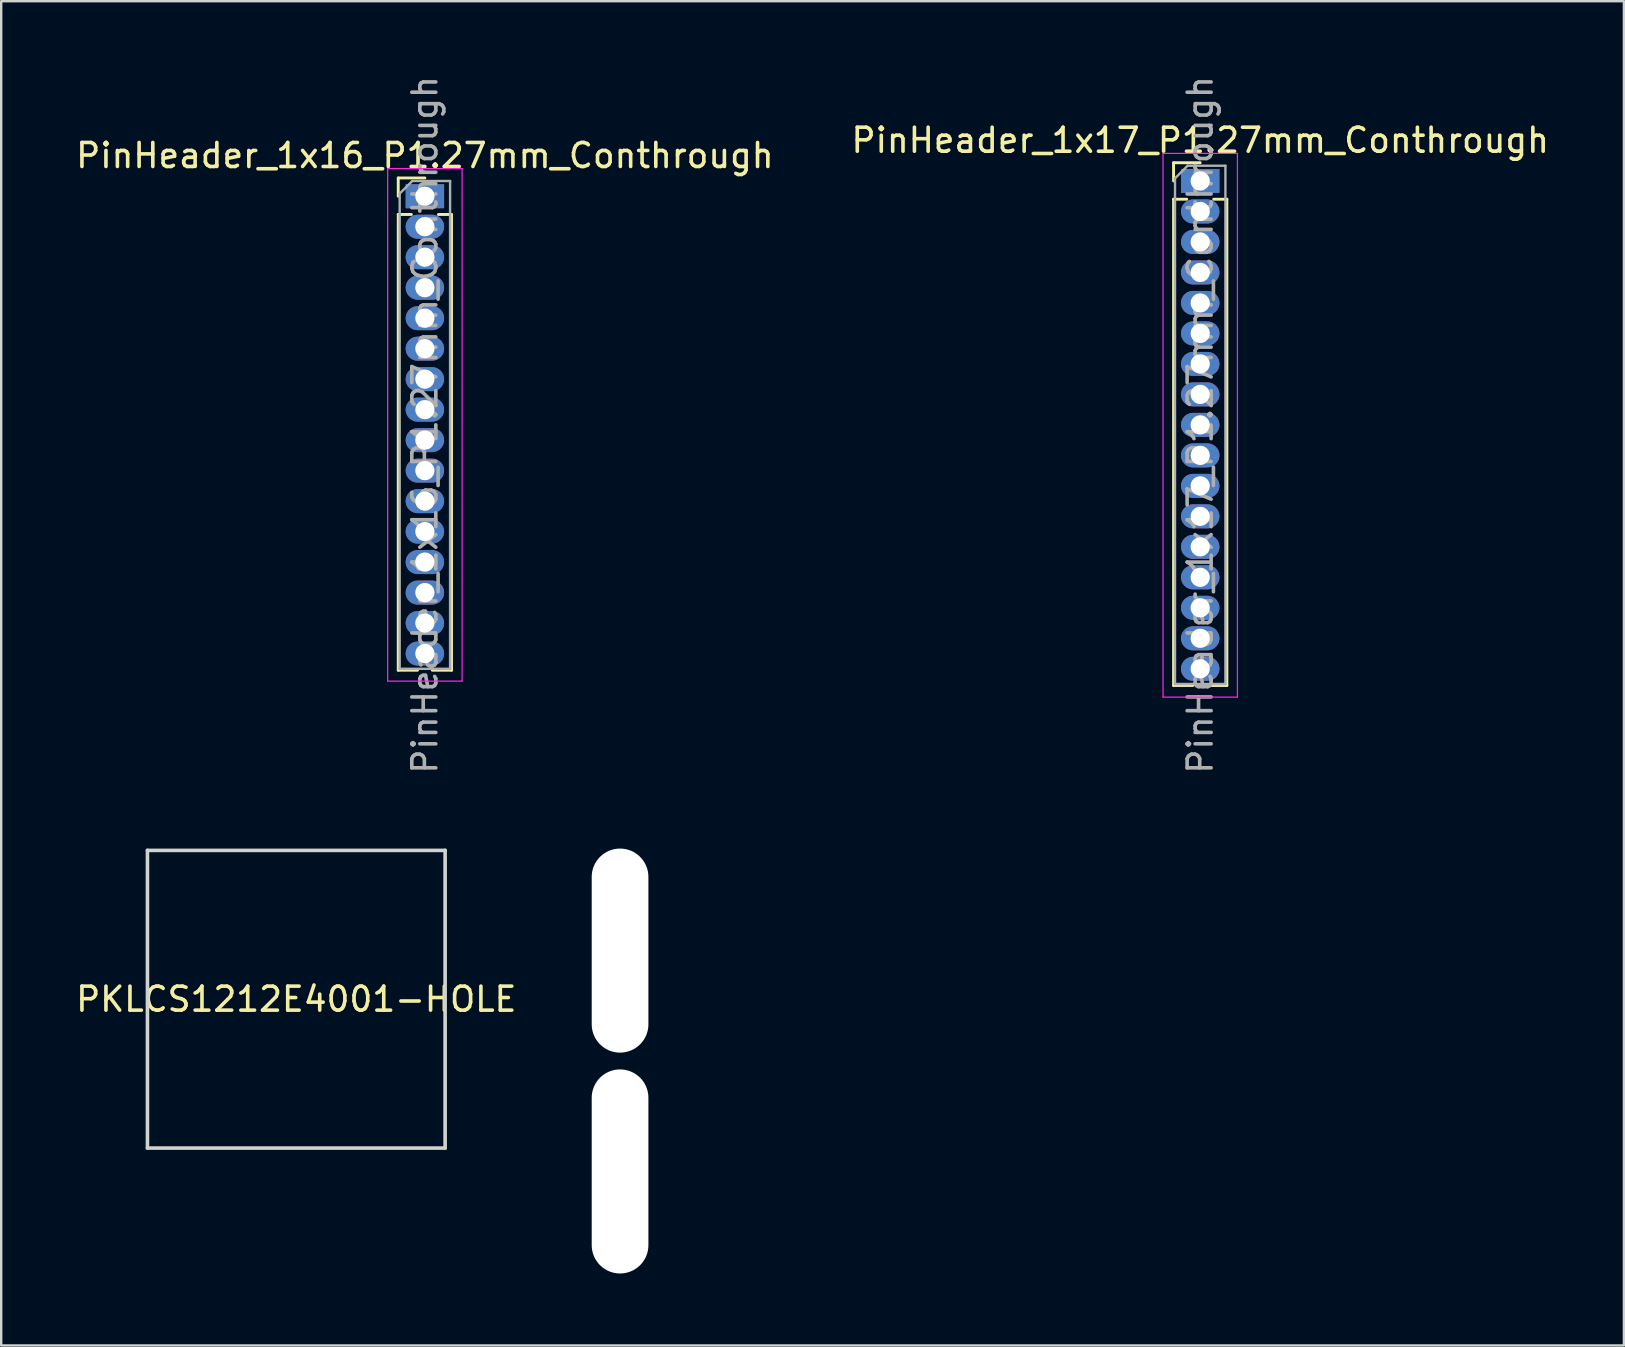
<source format=kicad_pcb>
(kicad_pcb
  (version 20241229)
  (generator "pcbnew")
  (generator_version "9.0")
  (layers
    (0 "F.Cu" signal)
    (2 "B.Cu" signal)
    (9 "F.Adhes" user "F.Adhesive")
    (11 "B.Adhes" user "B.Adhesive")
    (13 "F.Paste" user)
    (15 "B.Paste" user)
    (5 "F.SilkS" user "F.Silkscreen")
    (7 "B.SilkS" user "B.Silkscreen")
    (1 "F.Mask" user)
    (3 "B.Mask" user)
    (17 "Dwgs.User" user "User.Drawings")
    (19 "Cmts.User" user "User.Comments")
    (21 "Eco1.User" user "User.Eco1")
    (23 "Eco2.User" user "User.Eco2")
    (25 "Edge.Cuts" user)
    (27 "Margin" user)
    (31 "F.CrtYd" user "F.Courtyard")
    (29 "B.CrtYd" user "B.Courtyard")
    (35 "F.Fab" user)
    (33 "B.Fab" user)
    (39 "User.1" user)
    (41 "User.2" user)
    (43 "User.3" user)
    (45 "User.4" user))
  (footprint "PKLCS1212E4001-HOLE"
    (layer "F.Cu")
    (at 9.292 38.573)
    (property "Reference" "PKLCS1212E4001-HOLE" (at 0 0 0) (layer "F.SilkS") (effects (font (size 1 1) (thickness 0.15))))
    (attr through_hole)
    (fp_line (start -6.2 -6.2) (end 6.2 -6.2) (stroke (width 0.15) (type solid)) (layer "Edge.Cuts"))
    (fp_line (start -6.2 6.2) (end -6.2 -6.2) (stroke (width 0.15) (type solid)) (layer "Edge.Cuts"))
    (fp_line (start 6.2 -6.2) (end 6.2 6.2) (stroke (width 0.15) (type solid)) (layer "Edge.Cuts"))
    (fp_line (start 6.2 6.2) (end -6.2 6.2) (stroke (width 0.15) (type solid)) (layer "Edge.Cuts")))
  (footprint "PinHeader_1x16_P1.27mm_Conthrough"
    (layer "F.Cu")
    (at 14.649 5.124)
    (property "Reference" "PinHeader_1x16_P1.27mm_Conthrough" (at 0 -1.695 0) (layer "F.SilkS") (effects (font (size 1 1) (thickness 0.15))))
    (attr through_hole)
    (fp_line (start -1.11 -0.76) (end 0 -0.76) (stroke (width 0.12) (type solid)) (layer "F.SilkS"))
    (fp_line (start -1.11 0) (end -1.11 -0.76) (stroke (width 0.12) (type solid)) (layer "F.SilkS"))
    (fp_line (start -1.11 0.76) (end -1.11 19.745) (stroke (width 0.12) (type solid)) (layer "F.SilkS"))
    (fp_line (start -1.11 0.76) (end -0.563 0.76) (stroke (width 0.12) (type solid)) (layer "F.SilkS"))
    (fp_line (start -1.11 19.745) (end -0.308 19.745) (stroke (width 0.12) (type solid)) (layer "F.SilkS"))
    (fp_line (start 0.308 19.745) (end 1.11 19.745) (stroke (width 0.12) (type solid)) (layer "F.SilkS"))
    (fp_line (start 0.563 0.76) (end 1.11 0.76) (stroke (width 0.12) (type solid)) (layer "F.SilkS"))
    (fp_line (start 1.11 0.76) (end 1.11 19.745) (stroke (width 0.12) (type solid)) (layer "F.SilkS"))
    (fp_line (start -1.55 -1.15) (end -1.55 20.2) (stroke (width 0.05) (type solid)) (layer "F.CrtYd"))
    (fp_line (start -1.55 20.2) (end 1.55 20.2) (stroke (width 0.05) (type solid)) (layer "F.CrtYd"))
    (fp_line (start 1.55 -1.15) (end -1.55 -1.15) (stroke (width 0.05) (type solid)) (layer "F.CrtYd"))
    (fp_line (start 1.55 20.2) (end 1.55 -1.15) (stroke (width 0.05) (type solid)) (layer "F.CrtYd"))
    (fp_line (start -1.05 -0.11) (end -0.525 -0.635) (stroke (width 0.1) (type solid)) (layer "F.Fab"))
    (fp_line (start -1.05 19.685) (end -1.05 -0.11) (stroke (width 0.1) (type solid)) (layer "F.Fab"))
    (fp_line (start -0.525 -0.635) (end 1.05 -0.635) (stroke (width 0.1) (type solid)) (layer "F.Fab"))
    (fp_line (start 1.05 -0.635) (end 1.05 19.685) (stroke (width 0.1) (type solid)) (layer "F.Fab"))
    (fp_line (start 1.05 19.685) (end -1.05 19.685) (stroke (width 0.1) (type solid)) (layer "F.Fab"))
    (fp_text user "${REFERENCE}" (at 0 9.525 90) (layer "F.Fab") (effects (font (size 1 1) (thickness 0.15))))
    (pad "1" thru_hole rect (at 0 0) (size 1.6 1) (drill 0.8) (layers "*.Cu" "*.Mask"))
    (pad "2" thru_hole oval (at 0 1.27) (size 1.6 1) (drill 0.8) (layers "*.Cu" "*.Mask"))
    (pad "3" thru_hole oval (at 0 2.54) (size 1.6 1) (drill 0.8) (layers "*.Cu" "*.Mask"))
    (pad "4" thru_hole oval (at 0 3.81) (size 1.6 1) (drill 0.8) (layers "*.Cu" "*.Mask"))
    (pad "5" thru_hole oval (at 0 5.08) (size 1.6 1) (drill 0.8) (layers "*.Cu" "*.Mask"))
    (pad "6" thru_hole oval (at 0 6.35) (size 1.6 1) (drill 0.8) (layers "*.Cu" "*.Mask"))
    (pad "7" thru_hole oval (at 0 7.62) (size 1.6 1) (drill 0.8) (layers "*.Cu" "*.Mask"))
    (pad "8" thru_hole oval (at 0 8.89) (size 1.6 1) (drill 0.8) (layers "*.Cu" "*.Mask"))
    (pad "9" thru_hole oval (at 0 10.16) (size 1.6 1) (drill 0.8) (layers "*.Cu" "*.Mask"))
    (pad "10" thru_hole oval (at 0 11.43) (size 1.6 1) (drill 0.8) (layers "*.Cu" "*.Mask"))
    (pad "11" thru_hole oval (at 0 12.7) (size 1.6 1) (drill 0.8) (layers "*.Cu" "*.Mask"))
    (pad "12" thru_hole oval (at 0 13.97) (size 1.6 1) (drill 0.8) (layers "*.Cu" "*.Mask"))
    (pad "13" thru_hole oval (at 0 15.24) (size 1.6 1) (drill 0.8) (layers "*.Cu" "*.Mask"))
    (pad "14" thru_hole oval (at 0 16.51) (size 1.6 1) (drill 0.8) (layers "*.Cu" "*.Mask"))
    (pad "15" thru_hole oval (at 0 17.78) (size 1.6 1) (drill 0.8) (layers "*.Cu" "*.Mask"))
    (pad "16" thru_hole oval (at 0 19.05) (size 1.6 1) (drill 0.8) (layers "*.Cu" "*.Mask")))
  (footprint "SEP_HOLE"
    (layer "F.Cu")
    (at 22.779 41.148)
    (property "Reference" "SEP_HOLE" (at 0 -2 0) (layer "Eco2.User") (effects (font (size 0.3 0.3) (thickness 0.075))))
    (attr through_hole)
    (pad "" np_thru_hole oval (at 0 -4.6) (size 2.362 8.5) (drill oval 2.362 8.5) (layers "*.Cu" "*.Mask"))
    (pad "" np_thru_hole oval (at 0 4.6) (size 2.362 8.5) (drill oval 2.362 8.5) (layers "*.Cu" "*.Mask")))
  (footprint "PinHeader_1x17_P1.27mm_Conthrough"
    (layer "F.Cu")
    (at 46.946 4.489)
    (property "Reference" "PinHeader_1x17_P1.27mm_Conthrough" (at 0 -1.695 0) (layer "F.SilkS") (effects (font (size 1 1) (thickness 0.15))))
    (attr through_hole)
    (fp_line (start -1.11 -0.76) (end 0 -0.76) (stroke (width 0.12) (type solid)) (layer "F.SilkS"))
    (fp_line (start -1.11 0) (end -1.11 -0.76) (stroke (width 0.12) (type solid)) (layer "F.SilkS"))
    (fp_line (start -1.11 0.76) (end -1.11 21.015) (stroke (width 0.12) (type solid)) (layer "F.SilkS"))
    (fp_line (start -1.11 0.76) (end -0.563 0.76) (stroke (width 0.12) (type solid)) (layer "F.SilkS"))
    (fp_line (start -1.11 21.015) (end -0.308 21.015) (stroke (width 0.12) (type solid)) (layer "F.SilkS"))
    (fp_line (start 0.308 21.015) (end 1.11 21.015) (stroke (width 0.12) (type solid)) (layer "F.SilkS"))
    (fp_line (start 0.563 0.76) (end 1.11 0.76) (stroke (width 0.12) (type solid)) (layer "F.SilkS"))
    (fp_line (start 1.11 0.76) (end 1.11 21.015) (stroke (width 0.12) (type solid)) (layer "F.SilkS"))
    (fp_line (start -1.55 -1.15) (end -1.55 21.5) (stroke (width 0.05) (type solid)) (layer "F.CrtYd"))
    (fp_line (start -1.55 21.5) (end 1.55 21.5) (stroke (width 0.05) (type solid)) (layer "F.CrtYd"))
    (fp_line (start 1.55 -1.15) (end -1.55 -1.15) (stroke (width 0.05) (type solid)) (layer "F.CrtYd"))
    (fp_line (start 1.55 21.5) (end 1.55 -1.15) (stroke (width 0.05) (type solid)) (layer "F.CrtYd"))
    (fp_line (start -1.05 -0.11) (end -0.525 -0.635) (stroke (width 0.1) (type solid)) (layer "F.Fab"))
    (fp_line (start -1.05 20.955) (end -1.05 -0.11) (stroke (width 0.1) (type solid)) (layer "F.Fab"))
    (fp_line (start -0.525 -0.635) (end 1.05 -0.635) (stroke (width 0.1) (type solid)) (layer "F.Fab"))
    (fp_line (start 1.05 -0.635) (end 1.05 20.955) (stroke (width 0.1) (type solid)) (layer "F.Fab"))
    (fp_line (start 1.05 20.955) (end -1.05 20.955) (stroke (width 0.1) (type solid)) (layer "F.Fab"))
    (fp_text user "${REFERENCE}" (at 0 10.16 90) (layer "F.Fab") (effects (font (size 1 1) (thickness 0.15))))
    (pad "1" thru_hole rect (at 0 0) (size 1.6 1) (drill 0.8) (layers "*.Cu" "*.Mask"))
    (pad "2" thru_hole oval (at 0 1.27) (size 1.6 1) (drill 0.8) (layers "*.Cu" "*.Mask"))
    (pad "3" thru_hole oval (at 0 2.54) (size 1.6 1) (drill 0.8) (layers "*.Cu" "*.Mask"))
    (pad "4" thru_hole oval (at 0 3.81) (size 1.6 1) (drill 0.8) (layers "*.Cu" "*.Mask"))
    (pad "5" thru_hole oval (at 0 5.08) (size 1.6 1) (drill 0.8) (layers "*.Cu" "*.Mask"))
    (pad "6" thru_hole oval (at 0 6.35) (size 1.6 1) (drill 0.8) (layers "*.Cu" "*.Mask"))
    (pad "7" thru_hole oval (at 0 7.62) (size 1.6 1) (drill 0.8) (layers "*.Cu" "*.Mask"))
    (pad "8" thru_hole oval (at 0 8.89) (size 1.6 1) (drill 0.8) (layers "*.Cu" "*.Mask"))
    (pad "9" thru_hole oval (at 0 10.16) (size 1.6 1) (drill 0.8) (layers "*.Cu" "*.Mask"))
    (pad "10" thru_hole oval (at 0 11.43) (size 1.6 1) (drill 0.8) (layers "*.Cu" "*.Mask"))
    (pad "11" thru_hole oval (at 0 12.7) (size 1.6 1) (drill 0.8) (layers "*.Cu" "*.Mask"))
    (pad "12" thru_hole oval (at 0 13.97) (size 1.6 1) (drill 0.8) (layers "*.Cu" "*.Mask"))
    (pad "13" thru_hole oval (at 0 15.24) (size 1.6 1) (drill 0.8) (layers "*.Cu" "*.Mask"))
    (pad "14" thru_hole oval (at 0 16.51) (size 1.6 1) (drill 0.8) (layers "*.Cu" "*.Mask"))
    (pad "15" thru_hole oval (at 0 17.78) (size 1.6 1) (drill 0.8) (layers "*.Cu" "*.Mask"))
    (pad "16" thru_hole oval (at 0 19.05) (size 1.6 1) (drill 0.8) (layers "*.Cu" "*.Mask"))
    (pad "17" thru_hole oval (at 0 20.32) (size 1.6 1) (drill 0.8) (layers "*.Cu" "*.Mask")))
  (gr_rect
    (start -3 -3)
    (end 64.595 52.998)
    (stroke (width 0.1) (type default))
    (fill no)
    (layer "Edge.Cuts")))
</source>
